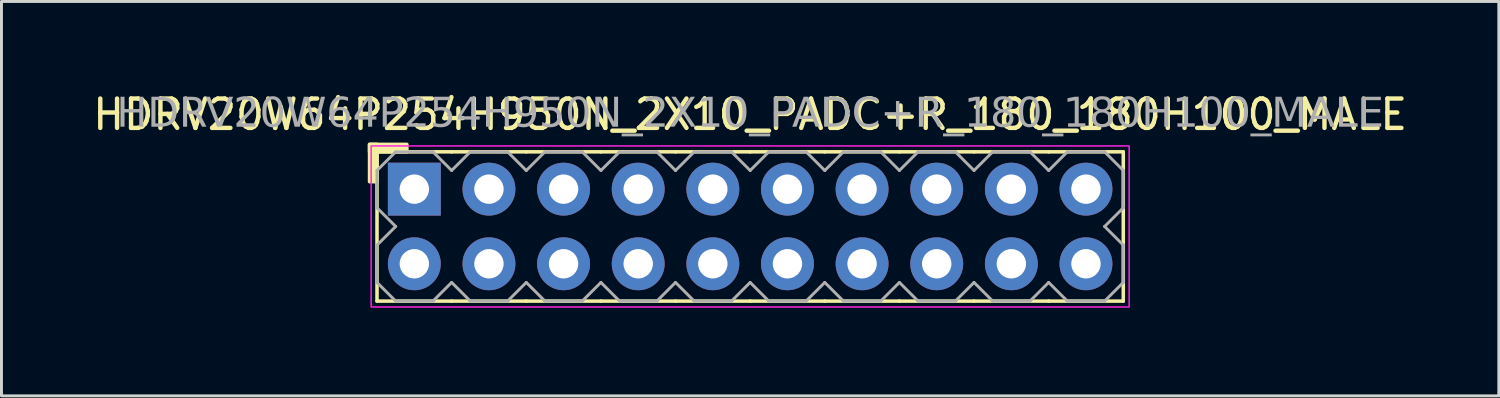
<source format=kicad_pcb>
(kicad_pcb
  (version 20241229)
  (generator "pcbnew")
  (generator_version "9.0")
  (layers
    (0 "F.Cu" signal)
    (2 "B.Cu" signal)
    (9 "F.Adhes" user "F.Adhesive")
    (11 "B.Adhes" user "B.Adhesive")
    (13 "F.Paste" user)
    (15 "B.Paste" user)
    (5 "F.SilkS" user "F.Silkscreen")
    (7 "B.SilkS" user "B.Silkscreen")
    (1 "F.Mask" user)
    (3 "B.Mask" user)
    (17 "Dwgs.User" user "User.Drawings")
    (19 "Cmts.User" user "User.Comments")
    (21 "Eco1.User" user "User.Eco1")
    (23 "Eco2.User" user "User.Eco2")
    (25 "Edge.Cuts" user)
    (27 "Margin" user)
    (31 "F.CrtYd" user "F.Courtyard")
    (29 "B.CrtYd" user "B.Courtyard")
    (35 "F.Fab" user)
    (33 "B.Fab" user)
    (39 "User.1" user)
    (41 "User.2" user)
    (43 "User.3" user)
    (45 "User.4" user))
  (footprint "HDRV20W64P254H950N_2X10_PADC+R_180_180H100_MALE"
    (layer "F.Cu")
    (at 22.482 4.658)
    (property "Reference" "HDRV20W64P254H950N_2X10_PADC+R_180_180H100_MALE" (at 0 -3.81 0) (layer "F.SilkS") (effects (font (size 1 1) (thickness 0.15))))
    (attr through_hole)
    (fp_line (start -12.7 2.54) (end -12.7 -2.54) (stroke (width 0.12) (type solid)) (layer "F.SilkS"))
    (fp_line (start -10.16 -2.54) (end -12.7 -2.54) (stroke (width 0.12) (type solid)) (layer "F.SilkS"))
    (fp_line (start -10.16 2.54) (end -12.7 2.54) (stroke (width 0.12) (type solid)) (layer "F.SilkS"))
    (fp_line (start -7.62 -2.54) (end -10.16 -2.54) (stroke (width 0.12) (type solid)) (layer "F.SilkS"))
    (fp_line (start -7.62 2.54) (end -10.16 2.54) (stroke (width 0.12) (type solid)) (layer "F.SilkS"))
    (fp_line (start -5.08 -2.54) (end -7.62 -2.54) (stroke (width 0.12) (type solid)) (layer "F.SilkS"))
    (fp_line (start -5.08 2.54) (end -7.62 2.54) (stroke (width 0.12) (type solid)) (layer "F.SilkS"))
    (fp_line (start -2.54 -2.54) (end -5.08 -2.54) (stroke (width 0.12) (type solid)) (layer "F.SilkS"))
    (fp_line (start -2.54 2.54) (end -5.08 2.54) (stroke (width 0.12) (type solid)) (layer "F.SilkS"))
    (fp_line (start 0 -2.54) (end -2.54 -2.54) (stroke (width 0.12) (type solid)) (layer "F.SilkS"))
    (fp_line (start 0 2.54) (end -2.54 2.54) (stroke (width 0.12) (type solid)) (layer "F.SilkS"))
    (fp_line (start 2.54 -2.54) (end 0 -2.54) (stroke (width 0.12) (type solid)) (layer "F.SilkS"))
    (fp_line (start 2.54 2.54) (end 0 2.54) (stroke (width 0.12) (type solid)) (layer "F.SilkS"))
    (fp_line (start 5.08 -2.54) (end 2.54 -2.54) (stroke (width 0.12) (type solid)) (layer "F.SilkS"))
    (fp_line (start 5.08 2.54) (end 2.54 2.54) (stroke (width 0.12) (type solid)) (layer "F.SilkS"))
    (fp_line (start 7.62 -2.54) (end 5.08 -2.54) (stroke (width 0.12) (type solid)) (layer "F.SilkS"))
    (fp_line (start 7.62 2.54) (end 5.08 2.54) (stroke (width 0.12) (type solid)) (layer "F.SilkS"))
    (fp_line (start 10.16 -2.54) (end 7.62 -2.54) (stroke (width 0.12) (type solid)) (layer "F.SilkS"))
    (fp_line (start 10.16 2.54) (end 7.62 2.54) (stroke (width 0.12) (type solid)) (layer "F.SilkS"))
    (fp_line (start 12.7 -2.54) (end 10.16 -2.54) (stroke (width 0.12) (type solid)) (layer "F.SilkS"))
    (fp_line (start 12.7 2.54) (end 10.16 2.54) (stroke (width 0.12) (type solid)) (layer "F.SilkS"))
    (fp_line (start 12.7 2.54) (end 12.7 -2.54) (stroke (width 0.12) (type solid)) (layer "F.SilkS"))
    (fp_rect (start -12.954 -1.524) (end -12.7 -2.794) (stroke (width 0.12) (type solid)) (fill yes) (layer "F.SilkS"))
    (fp_rect (start -11.684 -2.54) (end -12.954 -2.794) (stroke (width 0.12) (type solid)) (fill yes) (layer "F.SilkS"))
    (fp_rect (start -12.9 -2.74) (end 12.9 2.74) (stroke (width 0.05) (type default)) (fill no) (layer "F.CrtYd"))
    (fp_line (start -12.7 -1.905) (end -12.7 -0.635) (stroke (width 0.1) (type solid)) (layer "F.Fab"))
    (fp_line (start -12.7 -1.905) (end -12.065 -2.54) (stroke (width 0.1) (type solid)) (layer "F.Fab"))
    (fp_line (start -12.7 0.635) (end -12.7 1.905) (stroke (width 0.1) (type solid)) (layer "F.Fab"))
    (fp_line (start -12.065 -2.54) (end -10.795 -2.54) (stroke (width 0.1) (type solid)) (layer "F.Fab"))
    (fp_line (start -12.065 0) (end -12.7 -0.635) (stroke (width 0.1) (type solid)) (layer "F.Fab"))
    (fp_line (start -12.065 0) (end -12.7 0.635) (stroke (width 0.1) (type solid)) (layer "F.Fab"))
    (fp_line (start -12.065 2.54) (end -12.7 1.905) (stroke (width 0.1) (type solid)) (layer "F.Fab"))
    (fp_line (start -10.795 -2.54) (end -10.16 -1.905) (stroke (width 0.1) (type solid)) (layer "F.Fab"))
    (fp_line (start -10.795 2.54) (end -12.065 2.54) (stroke (width 0.1) (type solid)) (layer "F.Fab"))
    (fp_line (start -10.16 -1.905) (end -9.525 -2.54) (stroke (width 0.1) (type solid)) (layer "F.Fab"))
    (fp_line (start -10.16 1.905) (end -10.795 2.54) (stroke (width 0.1) (type solid)) (layer "F.Fab"))
    (fp_line (start -9.525 -2.54) (end -8.255 -2.54) (stroke (width 0.1) (type solid)) (layer "F.Fab"))
    (fp_line (start -9.525 2.54) (end -10.16 1.905) (stroke (width 0.1) (type solid)) (layer "F.Fab"))
    (fp_line (start -8.255 -2.54) (end -7.62 -1.905) (stroke (width 0.1) (type solid)) (layer "F.Fab"))
    (fp_line (start -8.255 2.54) (end -9.525 2.54) (stroke (width 0.1) (type solid)) (layer "F.Fab"))
    (fp_line (start -7.62 -1.905) (end -6.985 -2.54) (stroke (width 0.1) (type solid)) (layer "F.Fab"))
    (fp_line (start -7.62 1.905) (end -8.255 2.54) (stroke (width 0.1) (type solid)) (layer "F.Fab"))
    (fp_line (start -6.985 -2.54) (end -5.715 -2.54) (stroke (width 0.1) (type solid)) (layer "F.Fab"))
    (fp_line (start -6.985 2.54) (end -7.62 1.905) (stroke (width 0.1) (type solid)) (layer "F.Fab"))
    (fp_line (start -5.715 -2.54) (end -5.08 -1.905) (stroke (width 0.1) (type solid)) (layer "F.Fab"))
    (fp_line (start -5.715 2.54) (end -6.985 2.54) (stroke (width 0.1) (type solid)) (layer "F.Fab"))
    (fp_line (start -5.08 -1.905) (end -4.445 -2.54) (stroke (width 0.1) (type solid)) (layer "F.Fab"))
    (fp_line (start -5.08 1.905) (end -5.715 2.54) (stroke (width 0.1) (type solid)) (layer "F.Fab"))
    (fp_line (start -4.445 -2.54) (end -3.175 -2.54) (stroke (width 0.1) (type solid)) (layer "F.Fab"))
    (fp_line (start -4.445 2.54) (end -5.08 1.905) (stroke (width 0.1) (type solid)) (layer "F.Fab"))
    (fp_line (start -3.175 -2.54) (end -2.54 -1.905) (stroke (width 0.1) (type solid)) (layer "F.Fab"))
    (fp_line (start -3.175 2.54) (end -4.445 2.54) (stroke (width 0.1) (type solid)) (layer "F.Fab"))
    (fp_line (start -2.54 -1.905) (end -1.905 -2.54) (stroke (width 0.1) (type solid)) (layer "F.Fab"))
    (fp_line (start -2.54 1.905) (end -3.175 2.54) (stroke (width 0.1) (type solid)) (layer "F.Fab"))
    (fp_line (start -1.905 -2.54) (end -0.635 -2.54) (stroke (width 0.1) (type solid)) (layer "F.Fab"))
    (fp_line (start -1.905 2.54) (end -2.54 1.905) (stroke (width 0.1) (type solid)) (layer "F.Fab"))
    (fp_line (start -0.635 -2.54) (end 0 -1.905) (stroke (width 0.1) (type solid)) (layer "F.Fab"))
    (fp_line (start -0.635 2.54) (end -1.905 2.54) (stroke (width 0.1) (type solid)) (layer "F.Fab"))
    (fp_line (start 0 -1.905) (end 0.635 -2.54) (stroke (width 0.1) (type solid)) (layer "F.Fab"))
    (fp_line (start 0 1.905) (end -0.635 2.54) (stroke (width 0.1) (type solid)) (layer "F.Fab"))
    (fp_line (start 0.635 -2.54) (end 1.905 -2.54) (stroke (width 0.1) (type solid)) (layer "F.Fab"))
    (fp_line (start 0.635 2.54) (end 0 1.905) (stroke (width 0.1) (type solid)) (layer "F.Fab"))
    (fp_line (start 1.905 -2.54) (end 2.54 -1.905) (stroke (width 0.1) (type solid)) (layer "F.Fab"))
    (fp_line (start 1.905 2.54) (end 0.635 2.54) (stroke (width 0.1) (type solid)) (layer "F.Fab"))
    (fp_line (start 2.54 -1.905) (end 3.175 -2.54) (stroke (width 0.1) (type solid)) (layer "F.Fab"))
    (fp_line (start 2.54 1.905) (end 1.905 2.54) (stroke (width 0.1) (type solid)) (layer "F.Fab"))
    (fp_line (start 3.175 -2.54) (end 4.445 -2.54) (stroke (width 0.1) (type solid)) (layer "F.Fab"))
    (fp_line (start 3.175 2.54) (end 2.54 1.905) (stroke (width 0.1) (type solid)) (layer "F.Fab"))
    (fp_line (start 4.445 -2.54) (end 5.08 -1.905) (stroke (width 0.1) (type solid)) (layer "F.Fab"))
    (fp_line (start 4.445 2.54) (end 3.175 2.54) (stroke (width 0.1) (type solid)) (layer "F.Fab"))
    (fp_line (start 5.08 -1.905) (end 5.715 -2.54) (stroke (width 0.1) (type solid)) (layer "F.Fab"))
    (fp_line (start 5.08 1.905) (end 4.445 2.54) (stroke (width 0.1) (type solid)) (layer "F.Fab"))
    (fp_line (start 5.715 -2.54) (end 6.985 -2.54) (stroke (width 0.1) (type solid)) (layer "F.Fab"))
    (fp_line (start 5.715 2.54) (end 5.08 1.905) (stroke (width 0.1) (type solid)) (layer "F.Fab"))
    (fp_line (start 6.985 -2.54) (end 7.62 -1.905) (stroke (width 0.1) (type solid)) (layer "F.Fab"))
    (fp_line (start 6.985 2.54) (end 5.715 2.54) (stroke (width 0.1) (type solid)) (layer "F.Fab"))
    (fp_line (start 7.62 -1.905) (end 8.255 -2.54) (stroke (width 0.1) (type solid)) (layer "F.Fab"))
    (fp_line (start 7.62 1.905) (end 6.985 2.54) (stroke (width 0.1) (type solid)) (layer "F.Fab"))
    (fp_line (start 8.255 -2.54) (end 9.525 -2.54) (stroke (width 0.1) (type solid)) (layer "F.Fab"))
    (fp_line (start 8.255 2.54) (end 7.62 1.905) (stroke (width 0.1) (type solid)) (layer "F.Fab"))
    (fp_line (start 9.525 -2.54) (end 10.16 -1.905) (stroke (width 0.1) (type solid)) (layer "F.Fab"))
    (fp_line (start 9.525 2.54) (end 8.255 2.54) (stroke (width 0.1) (type solid)) (layer "F.Fab"))
    (fp_line (start 10.16 -1.905) (end 10.795 -2.54) (stroke (width 0.1) (type solid)) (layer "F.Fab"))
    (fp_line (start 10.16 1.905) (end 9.525 2.54) (stroke (width 0.1) (type solid)) (layer "F.Fab"))
    (fp_line (start 10.795 -2.54) (end 12.065 -2.54) (stroke (width 0.1) (type solid)) (layer "F.Fab"))
    (fp_line (start 10.795 2.54) (end 10.16 1.905) (stroke (width 0.1) (type solid)) (layer "F.Fab"))
    (fp_line (start 12.065 -2.54) (end 12.7 -1.905) (stroke (width 0.1) (type solid)) (layer "F.Fab"))
    (fp_line (start 12.065 0) (end 12.7 0.635) (stroke (width 0.1) (type solid)) (layer "F.Fab"))
    (fp_line (start 12.065 2.54) (end 10.795 2.54) (stroke (width 0.1) (type solid)) (layer "F.Fab"))
    (fp_line (start 12.7 -1.905) (end 12.7 -0.635) (stroke (width 0.1) (type solid)) (layer "F.Fab"))
    (fp_line (start 12.7 -0.635) (end 12.065 0) (stroke (width 0.1) (type solid)) (layer "F.Fab"))
    (fp_line (start 12.7 0.635) (end 12.7 1.905) (stroke (width 0.1) (type solid)) (layer "F.Fab"))
    (fp_line (start 12.7 1.905) (end 12.065 2.54) (stroke (width 0.1) (type solid)) (layer "F.Fab"))
    (fp_rect (start -11.176 -1.524) (end -11.684 -1.016) (stroke (width 0.1) (type solid)) (fill no) (layer "F.Fab"))
    (fp_rect (start -11.176 1.016) (end -11.684 1.524) (stroke (width 0.1) (type solid)) (fill no) (layer "F.Fab"))
    (fp_rect (start -8.636 -1.524) (end -9.144 -1.016) (stroke (width 0.1) (type solid)) (fill no) (layer "F.Fab"))
    (fp_rect (start -8.636 1.016) (end -9.144 1.524) (stroke (width 0.1) (type solid)) (fill no) (layer "F.Fab"))
    (fp_rect (start -6.096 -1.524) (end -6.604 -1.016) (stroke (width 0.1) (type solid)) (fill no) (layer "F.Fab"))
    (fp_rect (start -6.096 1.016) (end -6.604 1.524) (stroke (width 0.1) (type solid)) (fill no) (layer "F.Fab"))
    (fp_rect (start -3.556 -1.524) (end -4.064 -1.016) (stroke (width 0.1) (type solid)) (fill no) (layer "F.Fab"))
    (fp_rect (start -3.556 1.016) (end -4.064 1.524) (stroke (width 0.1) (type solid)) (fill no) (layer "F.Fab"))
    (fp_rect (start -1.016 -1.524) (end -1.524 -1.016) (stroke (width 0.1) (type solid)) (fill no) (layer "F.Fab"))
    (fp_rect (start -1.016 1.016) (end -1.524 1.524) (stroke (width 0.1) (type solid)) (fill no) (layer "F.Fab"))
    (fp_rect (start 1.524 -1.524) (end 1.016 -1.016) (stroke (width 0.1) (type solid)) (fill no) (layer "F.Fab"))
    (fp_rect (start 1.524 1.016) (end 1.016 1.524) (stroke (width 0.1) (type solid)) (fill no) (layer "F.Fab"))
    (fp_rect (start 4.064 -1.524) (end 3.556 -1.016) (stroke (width 0.1) (type solid)) (fill no) (layer "F.Fab"))
    (fp_rect (start 4.064 1.016) (end 3.556 1.524) (stroke (width 0.1) (type solid)) (fill no) (layer "F.Fab"))
    (fp_rect (start 6.604 -1.524) (end 6.096 -1.016) (stroke (width 0.1) (type solid)) (fill no) (layer "F.Fab"))
    (fp_rect (start 6.604 1.016) (end 6.096 1.524) (stroke (width 0.1) (type solid)) (fill no) (layer "F.Fab"))
    (fp_rect (start 9.144 -1.524) (end 8.636 -1.016) (stroke (width 0.1) (type solid)) (fill no) (layer "F.Fab"))
    (fp_rect (start 9.144 1.016) (end 8.636 1.524) (stroke (width 0.1) (type solid)) (fill no) (layer "F.Fab"))
    (fp_rect (start 11.684 -1.524) (end 11.176 -1.016) (stroke (width 0.1) (type solid)) (fill no) (layer "F.Fab"))
    (fp_rect (start 11.684 1.016) (end 11.176 1.524) (stroke (width 0.1) (type solid)) (fill no) (layer "F.Fab"))
    (fp_text user "${REFERENCE}" (at 0 -3.81 0) (layer "F.Fab") (effects (font (face "Tahoma") (size 1 1) (thickness 0.15))))
    (pad "1" thru_hole rect (at -11.43 -1.27) (size 1.8 1.8) (drill 1) (layers "*.Cu" "*.Mask"))
    (pad "2" thru_hole circle (at -11.43 1.27) (size 1.8 1.8) (drill 1) (layers "*.Cu" "*.Mask"))
    (pad "3" thru_hole circle (at -8.89 -1.27) (size 1.8 1.8) (drill 1) (layers "*.Cu" "*.Mask"))
    (pad "4" thru_hole circle (at -8.89 1.27) (size 1.8 1.8) (drill 1) (layers "*.Cu" "*.Mask"))
    (pad "5" thru_hole circle (at -6.35 -1.27) (size 1.8 1.8) (drill 1) (layers "*.Cu" "*.Mask"))
    (pad "6" thru_hole circle (at -6.35 1.27) (size 1.8 1.8) (drill 1) (layers "*.Cu" "*.Mask"))
    (pad "7" thru_hole circle (at -3.81 -1.27) (size 1.8 1.8) (drill 1) (layers "*.Cu" "*.Mask"))
    (pad "8" thru_hole circle (at -3.81 1.27) (size 1.8 1.8) (drill 1) (layers "*.Cu" "*.Mask"))
    (pad "9" thru_hole circle (at -1.27 -1.27) (size 1.8 1.8) (drill 1) (layers "*.Cu" "*.Mask"))
    (pad "10" thru_hole circle (at -1.27 1.27) (size 1.8 1.8) (drill 1) (layers "*.Cu" "*.Mask"))
    (pad "11" thru_hole circle (at 1.27 -1.27) (size 1.8 1.8) (drill 1) (layers "*.Cu" "*.Mask"))
    (pad "12" thru_hole circle (at 1.27 1.27) (size 1.8 1.8) (drill 1) (layers "*.Cu" "*.Mask"))
    (pad "13" thru_hole circle (at 3.81 -1.27) (size 1.8 1.8) (drill 1) (layers "*.Cu" "*.Mask"))
    (pad "14" thru_hole circle (at 3.81 1.27) (size 1.8 1.8) (drill 1) (layers "*.Cu" "*.Mask"))
    (pad "15" thru_hole circle (at 6.35 -1.27) (size 1.8 1.8) (drill 1) (layers "*.Cu" "*.Mask"))
    (pad "16" thru_hole circle (at 6.35 1.27) (size 1.8 1.8) (drill 1) (layers "*.Cu" "*.Mask"))
    (pad "17" thru_hole circle (at 8.89 -1.27) (size 1.8 1.8) (drill 1) (layers "*.Cu" "*.Mask"))
    (pad "18" thru_hole circle (at 8.89 1.27) (size 1.8 1.8) (drill 1) (layers "*.Cu" "*.Mask"))
    (pad "19" thru_hole circle (at 11.43 -1.27) (size 1.8 1.8) (drill 1) (layers "*.Cu" "*.Mask"))
    (pad "20" thru_hole circle (at 11.43 1.27) (size 1.8 1.8) (drill 1) (layers "*.Cu" "*.Mask")))
  (gr_rect
    (start -3 -3)
    (end 47.964 10.423)
    (stroke (width 0.1) (type default))
    (fill no)
    (layer "Edge.Cuts")))
</source>
